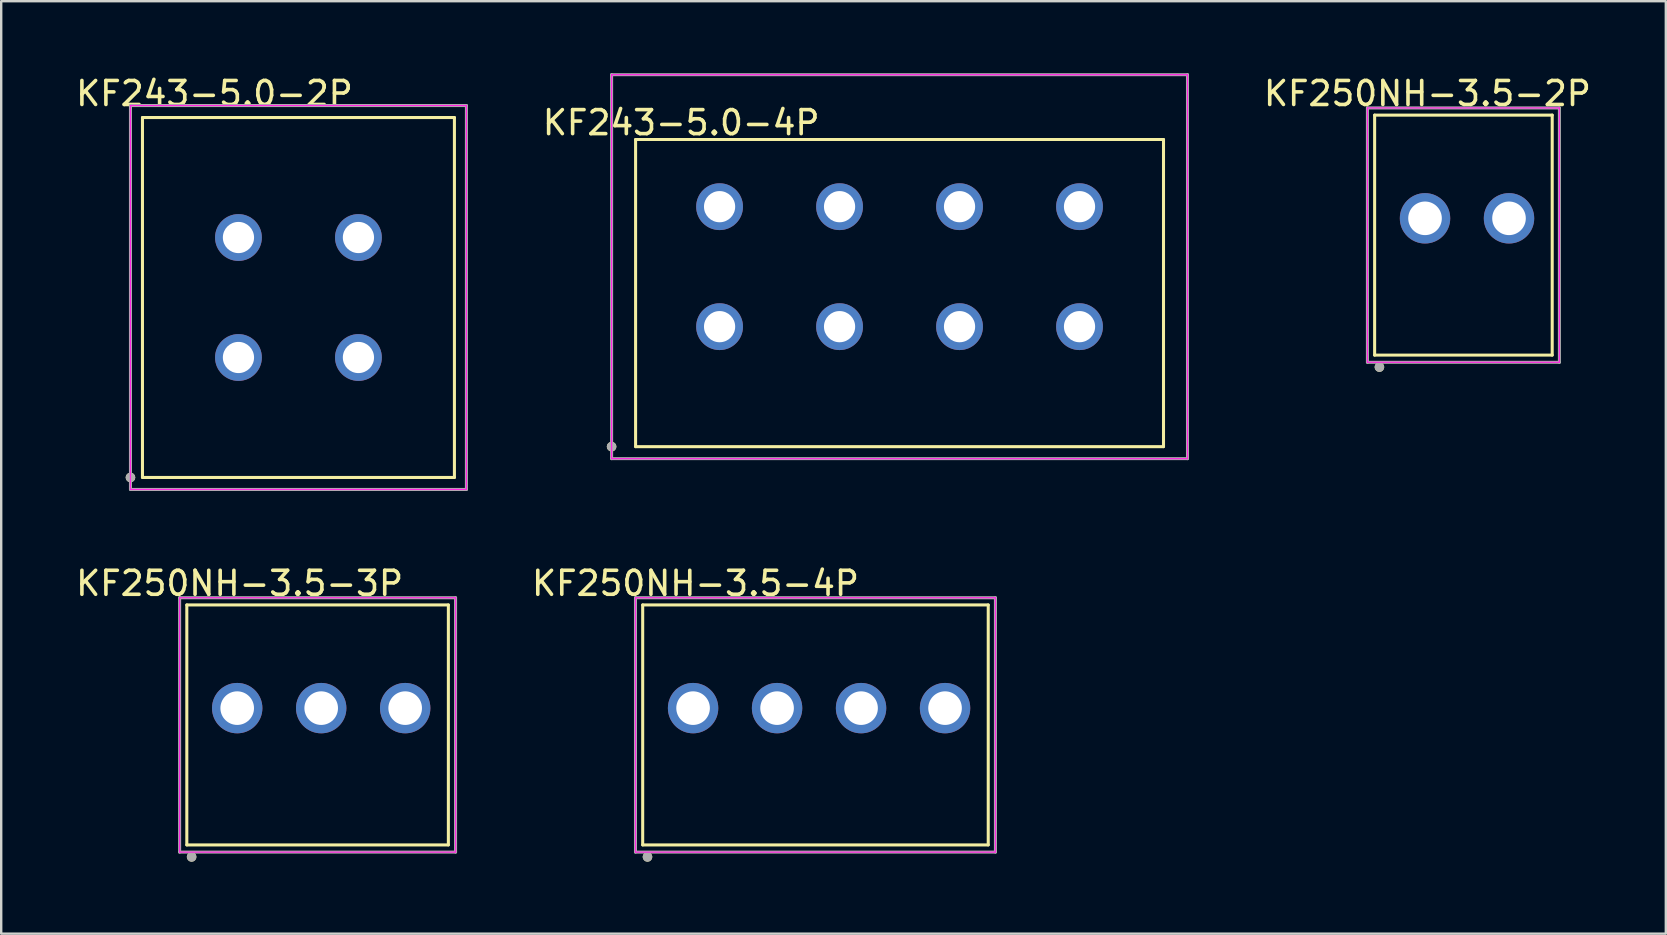
<source format=kicad_pcb>
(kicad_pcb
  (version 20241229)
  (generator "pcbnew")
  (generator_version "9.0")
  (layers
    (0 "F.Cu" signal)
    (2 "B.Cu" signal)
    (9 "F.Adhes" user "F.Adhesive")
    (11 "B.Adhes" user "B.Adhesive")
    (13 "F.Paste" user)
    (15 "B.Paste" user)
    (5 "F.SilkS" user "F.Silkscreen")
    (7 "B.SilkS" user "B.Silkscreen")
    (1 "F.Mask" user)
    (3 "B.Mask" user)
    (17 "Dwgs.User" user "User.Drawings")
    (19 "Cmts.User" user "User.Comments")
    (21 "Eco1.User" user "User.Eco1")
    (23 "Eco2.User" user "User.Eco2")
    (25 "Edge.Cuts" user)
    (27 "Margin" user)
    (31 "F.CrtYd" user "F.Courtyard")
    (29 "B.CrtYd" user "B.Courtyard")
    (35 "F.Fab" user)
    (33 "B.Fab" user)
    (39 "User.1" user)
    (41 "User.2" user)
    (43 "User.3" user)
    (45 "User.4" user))
  (footprint "KF243-5.0-2P"
    (layer "F.Cu")
    (at 6.887 11.848)
    (property "Reference" "KF243-5.0-2P" (at -1 -11 0) (layer "F.SilkS") (effects (font (size 1 1) (thickness 0.15))))
    (attr through_hole)
    (fp_line (start -4 -10) (end -4 5) (stroke (width 0.127) (type solid)) (layer "F.SilkS"))
    (fp_line (start -4 5) (end 9 5) (stroke (width 0.127) (type solid)) (layer "F.SilkS"))
    (fp_line (start 9 -10) (end -4 -10) (stroke (width 0.127) (type solid)) (layer "F.SilkS"))
    (fp_line (start 9 5) (end 9 -10) (stroke (width 0.127) (type solid)) (layer "F.SilkS"))
    (fp_circle (center -4.5 5) (end -4.4 5) (stroke (width 0.2) (type solid)) (fill no) (layer "F.SilkS"))
    (fp_line (start -4.5 -10.5) (end -4.5 5.5) (stroke (width 0.05) (type solid)) (layer "F.CrtYd"))
    (fp_line (start -4.5 5.5) (end 9.5 5.5) (stroke (width 0.05) (type solid)) (layer "F.CrtYd"))
    (fp_line (start 9.5 -10.5) (end -4.5 -10.5) (stroke (width 0.05) (type solid)) (layer "F.CrtYd"))
    (fp_line (start 9.5 5.5) (end 9.5 -10.5) (stroke (width 0.05) (type solid)) (layer "F.CrtYd"))
    (fp_line (start -4.5 -10.5) (end -4.5 5.5) (stroke (width 0.127) (type solid)) (layer "F.Fab"))
    (fp_line (start -4.5 5.5) (end 9.5 5.5) (stroke (width 0.127) (type solid)) (layer "F.Fab"))
    (fp_line (start 9.5 -10.5) (end -4.5 -10.5) (stroke (width 0.127) (type solid)) (layer "F.Fab"))
    (fp_line (start 9.5 5.5) (end 9.5 -10.5) (stroke (width 0.127) (type solid)) (layer "F.Fab"))
    (fp_circle (center -4.5 5) (end -4.4 5) (stroke (width 0.2) (type solid)) (fill no) (layer "F.Fab"))
    (pad "1_1" thru_hole circle (at 0 -5) (size 1.95 1.95) (drill 1.3) (layers "*.Cu" "*.Mask"))
    (pad "1_2" thru_hole circle (at 0 0) (size 1.95 1.95) (drill 1.3) (layers "*.Cu" "*.Mask"))
    (pad "2_1" thru_hole circle (at 5 -5) (size 1.95 1.95) (drill 1.3) (layers "*.Cu" "*.Mask"))
    (pad "2_2" thru_hole circle (at 5 0) (size 1.95 1.95) (drill 1.3) (layers "*.Cu" "*.Mask")))
  (footprint "KF250NH-3.5-3P"
    (layer "F.Cu")
    (at 6.835 26.46)
    (property "Reference" "KF250NH-3.5-3P" (at 0.1 -5.2 0) (layer "F.SilkS") (effects (font (size 1 1) (thickness 0.15))))
    (attr through_hole)
    (fp_line (start -2.1 5.7) (end -2.1 -4.3) (stroke (width 0.127) (type solid)) (layer "F.SilkS"))
    (fp_line (start 8.8 -4.3) (end -2.1 -4.3) (stroke (width 0.127) (type solid)) (layer "F.SilkS"))
    (fp_line (start 8.8 5.7) (end -2.1 5.7) (stroke (width 0.127) (type solid)) (layer "F.SilkS"))
    (fp_line (start 8.8 5.7) (end 8.8 -4.3) (stroke (width 0.127) (type solid)) (layer "F.SilkS"))
    (fp_circle (center -1.9 6.2) (end -1.8 6.2) (stroke (width 0.2) (type solid)) (fill no) (layer "F.SilkS"))
    (fp_line (start -2.4 -4.6) (end -2.4 6) (stroke (width 0.05) (type solid)) (layer "F.CrtYd"))
    (fp_line (start -2.4 6) (end 9.1 6) (stroke (width 0.05) (type solid)) (layer "F.CrtYd"))
    (fp_line (start 9.1 -4.6) (end -2.4 -4.6) (stroke (width 0.05) (type solid)) (layer "F.CrtYd"))
    (fp_line (start 9.1 6) (end 9.1 -4.6) (stroke (width 0.05) (type solid)) (layer "F.CrtYd"))
    (fp_line (start -2.4 -4.6) (end -2.4 6) (stroke (width 0.127) (type solid)) (layer "F.Fab"))
    (fp_line (start -2.4 6) (end 9.1 6) (stroke (width 0.127) (type solid)) (layer "F.Fab"))
    (fp_line (start 9.1 -4.6) (end -2.4 -4.6) (stroke (width 0.127) (type solid)) (layer "F.Fab"))
    (fp_line (start 9.1 6) (end 9.1 -4.6) (stroke (width 0.127) (type solid)) (layer "F.Fab"))
    (fp_circle (center -1.9 6.2) (end -1.8 6.2) (stroke (width 0.2) (type solid)) (fill no) (layer "F.Fab"))
    (pad "1" thru_hole circle (at 0 0) (size 2.1 2.1) (drill 1.4) (layers "*.Cu" "*.Mask"))
    (pad "2" thru_hole circle (at 3.5 0) (size 2.1 2.1) (drill 1.4) (layers "*.Cu" "*.Mask"))
    (pad "3" thru_hole circle (at 7 0) (size 2.1 2.1) (drill 1.4) (layers "*.Cu" "*.Mask")))
  (footprint "KF250NH-3.5-4P"
    (layer "F.Cu")
    (at 25.833 26.46)
    (property "Reference" "KF250NH-3.5-4P" (at 0.1 -5.2 0) (layer "F.SilkS") (effects (font (size 1 1) (thickness 0.15))))
    (attr through_hole)
    (fp_line (start -2.1 5.7) (end -2.1 -4.3) (stroke (width 0.127) (type solid)) (layer "F.SilkS"))
    (fp_line (start 12.3 -4.3) (end -2.1 -4.3) (stroke (width 0.127) (type solid)) (layer "F.SilkS"))
    (fp_line (start 12.3 5.7) (end -2.1 5.7) (stroke (width 0.127) (type solid)) (layer "F.SilkS"))
    (fp_line (start 12.3 5.7) (end 12.3 -4.3) (stroke (width 0.127) (type solid)) (layer "F.SilkS"))
    (fp_circle (center -1.9 6.2) (end -1.8 6.2) (stroke (width 0.2) (type solid)) (fill no) (layer "F.SilkS"))
    (fp_line (start -2.4 -4.6) (end -2.4 6) (stroke (width 0.05) (type solid)) (layer "F.CrtYd"))
    (fp_line (start -2.4 6) (end 12.6 6) (stroke (width 0.05) (type solid)) (layer "F.CrtYd"))
    (fp_line (start 12.6 -4.6) (end -2.4 -4.6) (stroke (width 0.05) (type solid)) (layer "F.CrtYd"))
    (fp_line (start 12.6 6) (end 12.6 -4.6) (stroke (width 0.05) (type solid)) (layer "F.CrtYd"))
    (fp_line (start -2.4 -4.6) (end -2.4 6) (stroke (width 0.127) (type solid)) (layer "F.Fab"))
    (fp_line (start -2.4 6) (end 12.6 6) (stroke (width 0.127) (type solid)) (layer "F.Fab"))
    (fp_line (start 12.6 -4.6) (end -2.4 -4.6) (stroke (width 0.127) (type solid)) (layer "F.Fab"))
    (fp_line (start 12.6 6) (end 12.6 -4.6) (stroke (width 0.127) (type solid)) (layer "F.Fab"))
    (fp_circle (center -1.9 6.2) (end -1.8 6.2) (stroke (width 0.2) (type solid)) (fill no) (layer "F.Fab"))
    (pad "1" thru_hole circle (at 0 0) (size 2.1 2.1) (drill 1.4) (layers "*.Cu" "*.Mask"))
    (pad "2" thru_hole circle (at 3.5 0) (size 2.1 2.1) (drill 1.4) (layers "*.Cu" "*.Mask"))
    (pad "3" thru_hole circle (at 7 0) (size 2.1 2.1) (drill 1.4) (layers "*.Cu" "*.Mask"))
    (pad "4" thru_hole circle (at 10.5 0) (size 2.1 2.1) (drill 1.4) (layers "*.Cu" "*.Mask")))
  (footprint "KF243-5.0-4P"
    (layer "F.Cu")
    (at 26.937 10.563)
    (property "Reference" "KF243-5.0-4P" (at -1.6 -8.5 0) (layer "F.SilkS") (effects (font (size 1 1) (thickness 0.15))))
    (attr through_hole)
    (fp_line (start -3.5 -7.8) (end -3.5 5) (stroke (width 0.127) (type solid)) (layer "F.SilkS"))
    (fp_line (start -3.5 5) (end 18.5 5) (stroke (width 0.127) (type solid)) (layer "F.SilkS"))
    (fp_line (start 18.5 -7.8) (end -3.5 -7.8) (stroke (width 0.127) (type solid)) (layer "F.SilkS"))
    (fp_line (start 18.5 5) (end 18.5 -7.8) (stroke (width 0.127) (type solid)) (layer "F.SilkS"))
    (fp_circle (center -4.5 5) (end -4.4 5) (stroke (width 0.2) (type solid)) (fill no) (layer "F.SilkS"))
    (fp_line (start -4.5 -10.5) (end -4.5 5.5) (stroke (width 0.05) (type solid)) (layer "F.CrtYd"))
    (fp_line (start -4.5 5.5) (end 19.5 5.5) (stroke (width 0.05) (type solid)) (layer "F.CrtYd"))
    (fp_line (start 19.5 -10.5) (end -4.5 -10.5) (stroke (width 0.05) (type solid)) (layer "F.CrtYd"))
    (fp_line (start 19.5 5.5) (end 19.5 -10.5) (stroke (width 0.05) (type solid)) (layer "F.CrtYd"))
    (fp_line (start -4.5 -10.5) (end -4.5 5.5) (stroke (width 0.127) (type solid)) (layer "F.Fab"))
    (fp_line (start -4.5 5.5) (end 19.5 5.5) (stroke (width 0.127) (type solid)) (layer "F.Fab"))
    (fp_line (start 19.5 -10.5) (end -4.5 -10.5) (stroke (width 0.127) (type solid)) (layer "F.Fab"))
    (fp_line (start 19.5 5.5) (end 19.5 -10.5) (stroke (width 0.127) (type solid)) (layer "F.Fab"))
    (fp_circle (center -4.5 5) (end -4.4 5) (stroke (width 0.2) (type solid)) (fill no) (layer "F.Fab"))
    (pad "1" thru_hole circle (at 0 -5) (size 1.95 1.95) (drill 1.3) (layers "*.Cu" "*.Mask"))
    (pad "1" thru_hole circle (at 0 0) (size 1.95 1.95) (drill 1.3) (layers "*.Cu" "*.Mask"))
    (pad "2" thru_hole circle (at 5 -5) (size 1.95 1.95) (drill 1.3) (layers "*.Cu" "*.Mask"))
    (pad "2" thru_hole circle (at 5 0) (size 1.95 1.95) (drill 1.3) (layers "*.Cu" "*.Mask"))
    (pad "3" thru_hole circle (at 10 -5) (size 1.95 1.95) (drill 1.3) (layers "*.Cu" "*.Mask"))
    (pad "3" thru_hole circle (at 10 0) (size 1.95 1.95) (drill 1.3) (layers "*.Cu" "*.Mask"))
    (pad "4" thru_hole circle (at 15 -5) (size 1.95 1.95) (drill 1.3) (layers "*.Cu" "*.Mask"))
    (pad "4" thru_hole circle (at 15 0) (size 1.95 1.95) (drill 1.3) (layers "*.Cu" "*.Mask")))
  (footprint "KF250NH-3.5-2P"
    (layer "F.Cu")
    (at 56.335 6.048)
    (property "Reference" "KF250NH-3.5-2P" (at 0.1 -5.2 0) (layer "F.SilkS") (effects (font (size 1 1) (thickness 0.15))))
    (attr through_hole)
    (fp_line (start -2.1 5.7) (end -2.1 -4.3) (stroke (width 0.127) (type solid)) (layer "F.SilkS"))
    (fp_line (start 5.3 -4.3) (end -2.1 -4.3) (stroke (width 0.127) (type solid)) (layer "F.SilkS"))
    (fp_line (start 5.3 5.7) (end -2.1 5.7) (stroke (width 0.127) (type solid)) (layer "F.SilkS"))
    (fp_line (start 5.3 5.7) (end 5.3 -4.3) (stroke (width 0.127) (type solid)) (layer "F.SilkS"))
    (fp_circle (center -1.9 6.2) (end -1.8 6.2) (stroke (width 0.2) (type solid)) (fill no) (layer "F.SilkS"))
    (fp_line (start -2.4 -4.6) (end -2.4 6) (stroke (width 0.05) (type solid)) (layer "F.CrtYd"))
    (fp_line (start -2.4 6) (end 5.6 6) (stroke (width 0.05) (type solid)) (layer "F.CrtYd"))
    (fp_line (start 5.6 -4.6) (end -2.4 -4.6) (stroke (width 0.05) (type solid)) (layer "F.CrtYd"))
    (fp_line (start 5.6 6) (end 5.6 -4.6) (stroke (width 0.05) (type solid)) (layer "F.CrtYd"))
    (fp_line (start -2.4 -4.6) (end -2.4 6) (stroke (width 0.127) (type solid)) (layer "F.Fab"))
    (fp_line (start -2.4 6) (end 5.6 6) (stroke (width 0.127) (type solid)) (layer "F.Fab"))
    (fp_line (start 5.6 -4.6) (end -2.4 -4.6) (stroke (width 0.127) (type solid)) (layer "F.Fab"))
    (fp_line (start 5.6 6) (end 5.6 -4.6) (stroke (width 0.127) (type solid)) (layer "F.Fab"))
    (fp_circle (center -1.9 6.2) (end -1.8 6.2) (stroke (width 0.2) (type solid)) (fill no) (layer "F.Fab"))
    (pad "1" thru_hole circle (at 0 0) (size 2.1 2.1) (drill 1.4) (layers "*.Cu" "*.Mask"))
    (pad "2" thru_hole circle (at 3.5 0) (size 2.1 2.1) (drill 1.4) (layers "*.Cu" "*.Mask")))
  (gr_rect
    (start -3 -3)
    (end 66.37 35.86)
    (stroke (width 0.1) (type default))
    (fill no)
    (layer "Edge.Cuts")))
</source>
